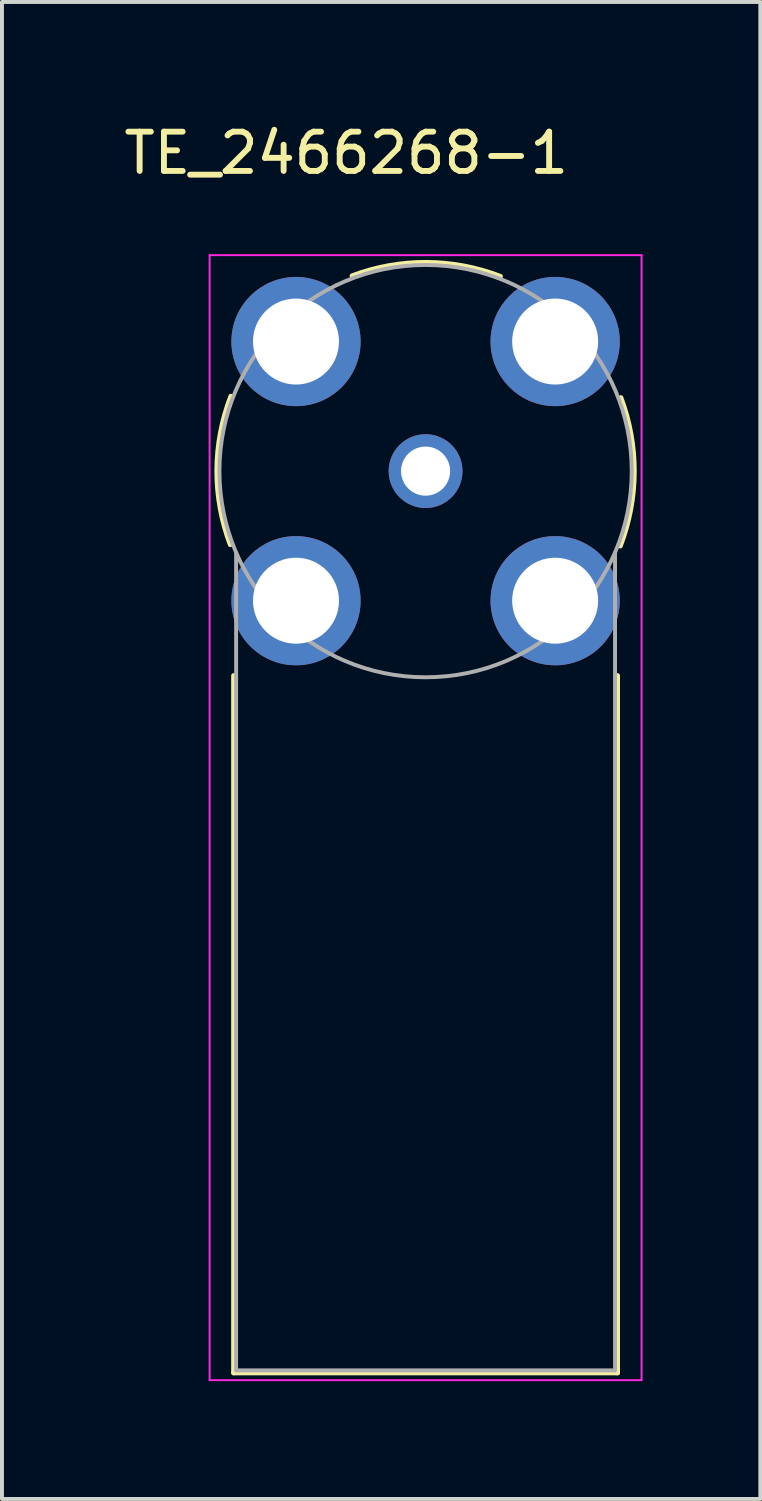
<source format=kicad_pcb>
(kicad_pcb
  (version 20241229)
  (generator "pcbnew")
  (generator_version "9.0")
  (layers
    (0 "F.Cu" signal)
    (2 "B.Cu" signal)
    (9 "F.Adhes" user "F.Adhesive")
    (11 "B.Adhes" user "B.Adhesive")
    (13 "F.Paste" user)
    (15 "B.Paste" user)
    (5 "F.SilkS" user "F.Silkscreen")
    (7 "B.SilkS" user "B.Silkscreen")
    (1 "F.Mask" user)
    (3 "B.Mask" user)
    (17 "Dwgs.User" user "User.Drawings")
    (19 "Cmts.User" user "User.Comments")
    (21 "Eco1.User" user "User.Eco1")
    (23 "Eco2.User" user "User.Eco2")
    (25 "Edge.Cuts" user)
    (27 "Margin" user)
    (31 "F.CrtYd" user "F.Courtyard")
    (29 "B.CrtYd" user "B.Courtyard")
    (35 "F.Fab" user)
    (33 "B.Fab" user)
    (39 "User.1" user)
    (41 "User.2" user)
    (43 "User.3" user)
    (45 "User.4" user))
  (footprint "TE_2466268-1"
    (layer "F.Cu")
    (at 7.788 8.948)
    (property "Reference" "TE_2466268-1" (at -2.02 -8.1 0) (layer "F.SilkS") (effects (font (size 1 1) (thickness 0.15))))
    (attr through_hole)
    (fp_line (start -4.888 22.963) (end -4.888 5.208) (stroke (width 0.127) (type solid)) (layer "F.SilkS"))
    (fp_line (start -4.888 22.963) (end 4.888 22.963) (stroke (width 0.127) (type solid)) (layer "F.SilkS"))
    (fp_line (start 4.888 22.963) (end 4.888 5.208) (stroke (width 0.127) (type solid)) (layer "F.SilkS"))
    (fp_arc (start -4.9735 1.87) (mid -5.313985 -0.018883) (end -4.9585 -1.905) (stroke (width 0.127) (type solid)) (layer "F.SilkS"))
    (fp_arc (start -1.87 -4.9735) (mid 0.018883 -5.313985) (end 1.905 -4.9585) (stroke (width 0.127) (type solid)) (layer "F.SilkS"))
    (fp_arc (start 4.9735 -1.87) (mid 5.313985 0.018883) (end 4.9585 1.905) (stroke (width 0.127) (type solid)) (layer "F.SilkS"))
    (fp_line (start -5.5 -5.5) (end -5.5 23.15) (stroke (width 0.05) (type solid)) (layer "F.CrtYd"))
    (fp_line (start -5.5 23.15) (end 5.5 23.15) (stroke (width 0.05) (type solid)) (layer "F.CrtYd"))
    (fp_line (start 5.5 -5.5) (end -5.5 -5.5) (stroke (width 0.05) (type solid)) (layer "F.CrtYd"))
    (fp_line (start 5.5 23.15) (end 5.5 -5.5) (stroke (width 0.05) (type solid)) (layer "F.CrtYd"))
    (fp_line (start -4.825 2.071) (end -4.825 22.9) (stroke (width 0.1) (type solid)) (layer "F.Fab"))
    (fp_line (start -4.825 22.9) (end 4.825 22.9) (stroke (width 0.1) (type solid)) (layer "F.Fab"))
    (fp_line (start 4.825 22.9) (end 4.825 2.071) (stroke (width 0.1) (type solid)) (layer "F.Fab"))
    (fp_circle (center 0 0) (end 5.25 0) (stroke (width 0.1) (type solid)) (fill no) (layer "F.Fab"))
    (pad "1" thru_hole circle (at 0 0) (size 1.88 1.88) (drill 1.25) (layers "*.Cu" "*.Mask"))
    (pad "2" thru_hole circle (at -3.3 -3.3) (size 3.29 3.29) (drill 2.19) (layers "*.Cu" "*.Mask"))
    (pad "3" thru_hole circle (at 3.3 -3.3) (size 3.29 3.29) (drill 2.19) (layers "*.Cu" "*.Mask"))
    (pad "4" thru_hole circle (at -3.3 3.3) (size 3.29 3.29) (drill 2.19) (layers "*.Cu" "*.Mask"))
    (pad "5" thru_hole circle (at 3.3 3.3) (size 3.29 3.29) (drill 2.19) (layers "*.Cu" "*.Mask")))
  (gr_rect
    (start -3 -3)
    (end 16.313 35.123)
    (stroke (width 0.1) (type default))
    (fill no)
    (layer "Edge.Cuts")))
</source>
